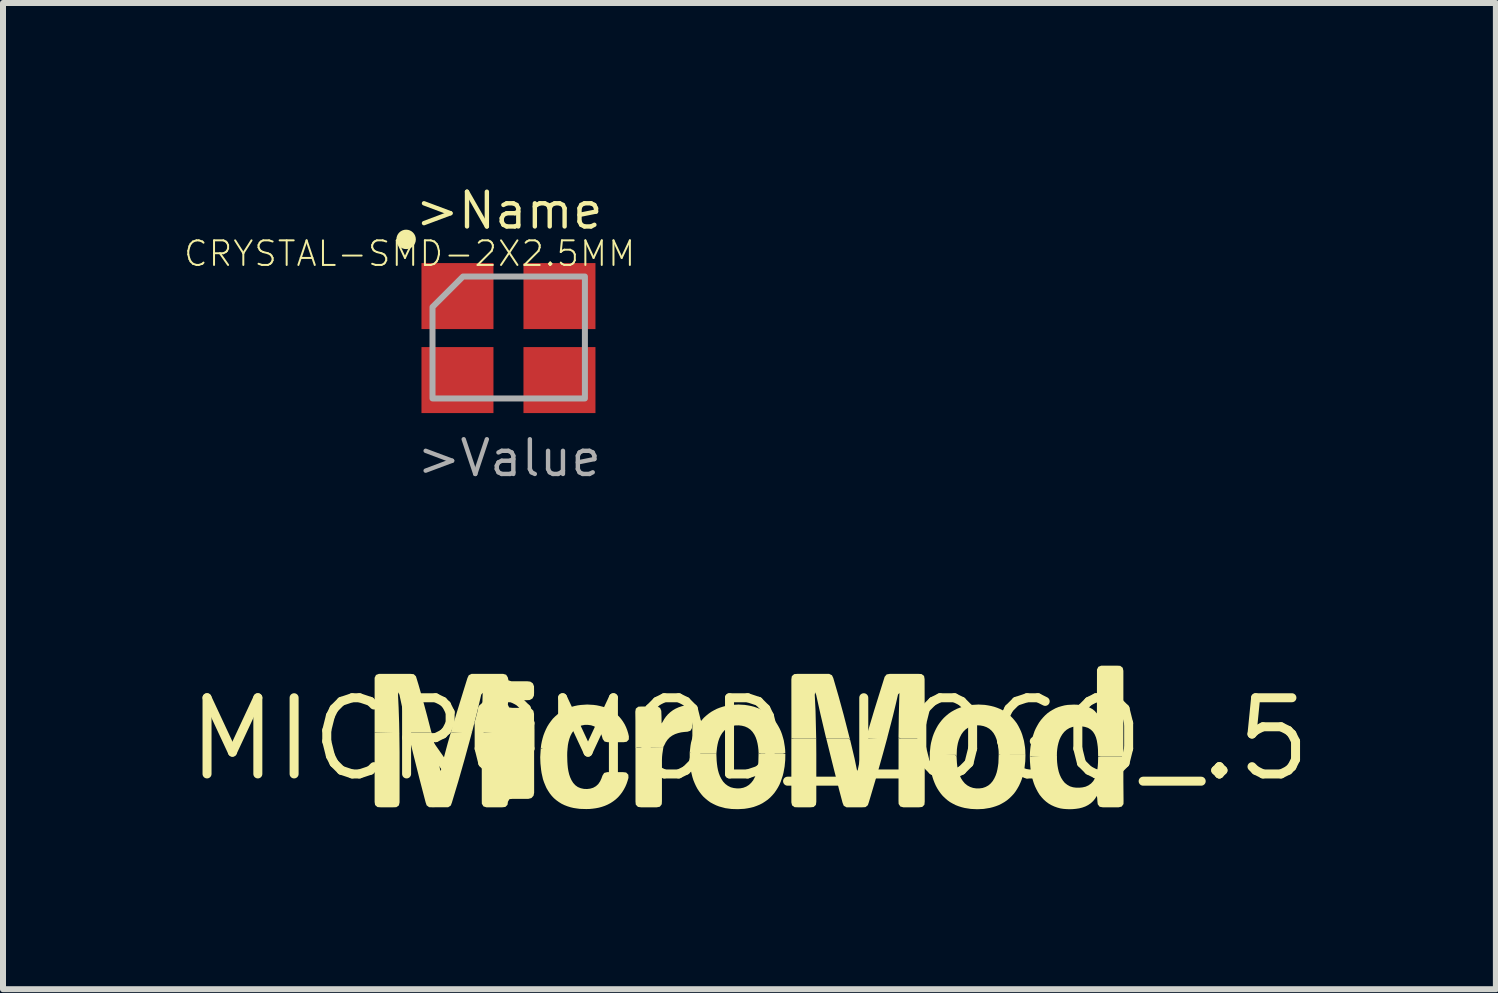
<source format=kicad_pcb>
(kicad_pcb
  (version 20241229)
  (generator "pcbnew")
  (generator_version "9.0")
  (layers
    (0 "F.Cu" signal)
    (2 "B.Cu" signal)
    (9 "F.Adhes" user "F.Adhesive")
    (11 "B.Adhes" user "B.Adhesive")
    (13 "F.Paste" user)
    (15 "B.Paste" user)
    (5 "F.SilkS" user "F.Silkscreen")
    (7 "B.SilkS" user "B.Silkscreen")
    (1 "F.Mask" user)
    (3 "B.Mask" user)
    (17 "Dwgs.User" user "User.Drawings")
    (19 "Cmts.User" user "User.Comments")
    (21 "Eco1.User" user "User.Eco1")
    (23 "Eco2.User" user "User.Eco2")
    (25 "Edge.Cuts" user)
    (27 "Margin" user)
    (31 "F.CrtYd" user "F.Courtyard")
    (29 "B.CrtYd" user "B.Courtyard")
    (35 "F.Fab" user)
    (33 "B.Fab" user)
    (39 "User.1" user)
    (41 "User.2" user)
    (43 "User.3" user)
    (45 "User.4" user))
  (footprint "CRYSTAL-SMD-2X2.5MM"
    (layer "F.Cu")
    (at 5.429 2.575)
    (property "Reference" "CRYSTAL-SMD-2X2.5MM" (at -1.651 -1.397 180) (layer "F.SilkS") (effects (font (size 0.41 0.41) (thickness 0.033))))
    (attr through_hole)
    (fp_circle (center -1.71 -1.635) (end -1.629 -1.635) (stroke (width 0.162) (type solid)) (fill no) (layer "F.SilkS"))
    (fp_poly (pts (xy -1.27 1.016) (xy 1.27 1.016) (xy 1.27 -1.016) (xy -0.762 -1.016) (xy -1.27 -0.508)) (stroke (width 0.1) (type solid)) (fill no) (layer "F.Fab"))
    (fp_text user ">Name" (at 0.008 -1.776 0) (layer "F.SilkS") (effects (font (size 0.579 0.579) (thickness 0.073)) (justify bottom)))
    (fp_text user ">Value" (at 0.008 1.672 0) (layer "F.Fab") (effects (font (size 0.579 0.579) (thickness 0.073)) (justify top)))
    (pad "P1" smd rect (at 0.846 -0.69) (size 1.2 1.1) (layers "F.Cu" "F.Mask" "F.Paste"))
    (pad "P2" smd rect (at -0.854 -0.69) (size 1.2 1.1) (layers "F.Cu" "F.Mask" "F.Paste"))
    (pad "P3" smd rect (at -0.854 0.71) (size 1.2 1.1) (layers "F.Cu" "F.Mask" "F.Paste"))
    (pad "P4" smd rect (at 0.846 0.71) (size 1.2 1.1) (layers "F.Cu" "F.Mask" "F.Paste")))
  (footprint "MICROMOD_LOGO_.5"
    (layer "F.Cu")
    (at 9.442 9.27)
    (property "Reference" "MICROMOD_LOGO_.5" (at 0 0 0) (layer "F.SilkS") (effects (font (size 1.27 1.27) (thickness 0.15))))
    (attr through_hole)
    (fp_poly (pts (xy 2.921 -0.013) (xy 2.499 -0.013) (xy 2.485 -0.026) (xy 2.484 1.027) (xy 2.486 1.08) (xy 2.515 1.123) (xy 2.564 1.136) (xy 2.828 1.136) (xy 2.88 1.13) (xy 2.916 1.093) (xy 2.921 1.041)) (stroke (width 0) (type solid)) (fill yes) (layer "F.SilkS"))
    (fp_poly (pts (xy -6.248 -0.11) (xy -6.248 1.047) (xy -6.24 1.098) (xy -6.201 1.132) (xy -6.149 1.136) (xy -5.939 1.136) (xy -5.887 1.134) (xy -5.844 1.105) (xy -5.832 1.055) (xy -5.832 0.214) (xy -5.836 -0.102) (xy -5.88 -0.11)) (stroke (width 0) (type solid)) (fill yes) (layer "F.SilkS"))
    (fp_poly (pts (xy 1.112 -0.013) (xy 0.742 -0.013) (xy 0.698 -0.004) (xy 0.698 1.054) (xy 0.71 1.104) (xy 0.752 1.134) (xy 0.805 1.136) (xy 1.017 1.136) (xy 1.069 1.131) (xy 1.107 1.096) (xy 1.114 1.045) (xy 1.114 0.251)) (stroke (width 0) (type solid)) (fill yes) (layer "F.SilkS"))
    (fp_poly (pts (xy -1.435 0.133) (xy -1.853 0.142) (xy -1.9 0.147) (xy -1.9 1.041) (xy -1.895 1.092) (xy -1.859 1.129) (xy -1.808 1.136) (xy -1.545 1.136) (xy -1.494 1.126) (xy -1.462 1.085) (xy -1.459 1.033) (xy -1.459 0.35) (xy -1.457 0.297) (xy -1.452 0.245) (xy -1.444 0.193)) (stroke (width 0) (type solid)) (fill yes) (layer "F.SilkS"))
    (fp_poly (pts (xy -3.59 -0.164) (xy -4.433 -0.11) (xy -4.46 -0.084) (xy -4.462 0.233) (xy -4.462 1.024) (xy -4.461 1.076) (xy -4.434 1.121) (xy -4.385 1.136) (xy -4.121 1.136) (xy -4.069 1.13) (xy -4.033 1.094) (xy -4.026 1.043) (xy -4.001 1) (xy -3.949 0.995) (xy -3.685 0.995) (xy -3.635 0.982) (xy -3.599 0.943) (xy -3.589 0.892)) (stroke (width 0) (type solid)) (fill yes) (layer "F.SilkS"))
    (fp_poly (pts (xy 1.278 -0.013) (xy 1.65 -0.013) (xy 1.677 0.011) (xy 1.57 -0.405) (xy 1.486 -0.712) (xy 1.397 -1.018) (xy 1.375 -1.065) (xy 1.328 -1.088) (xy 0.798 -1.088) (xy 0.745 -1.084) (xy 0.706 -1.05) (xy 0.698 -0.998) (xy 0.699 -0.006) (xy 0.721 -0.013) (xy 1.093 -0.013) (xy 1.112 -0.011) (xy 1.101 -0.472) (xy 1.088 -0.737) (xy 1.094 -0.781) (xy 1.112 -0.737) (xy 1.181 -0.426)) (stroke (width 0) (type solid)) (fill yes) (layer "F.SilkS"))
    (fp_poly (pts (xy 2.816 -1.088) (xy 2.338 -1.088) (xy 2.286 -1.079) (xy 2.253 -1.039) (xy 2.079 -0.481) (xy 1.942 -0.023) (xy 1.983 -0.013) (xy 2.249 -0.013) (xy 2.296 -0.022) (xy 2.39 -0.382) (xy 2.44 -0.589) (xy 2.476 -0.744) (xy 2.499 -0.77) (xy 2.489 -0.398) (xy 2.484 -0.026) (xy 2.525 -0.013) (xy 2.897 -0.013) (xy 2.921 -0.011) (xy 2.919 -1.001) (xy 2.91 -1.053) (xy 2.869 -1.085)) (stroke (width 0) (type solid)) (fill yes) (layer "F.SilkS"))
    (fp_poly (pts (xy -6.177 -1.088) (xy -6.225 -1.07) (xy -6.248 -1.023) (xy -6.248 -0.112) (xy -6.211 -0.11) (xy -5.836 -0.1) (xy -5.837 -0.157) (xy -5.839 -0.263) (xy -5.848 -0.527) (xy -5.858 -0.738) (xy -5.851 -0.781) (xy -5.834 -0.738) (xy -5.778 -0.48) (xy -5.694 -0.12) (xy -5.648 -0.11) (xy -5.331 -0.11) (xy -5.3 -0.107) (xy -5.372 -0.387) (xy -5.441 -0.642) (xy -5.513 -0.896) (xy -5.559 -1.047) (xy -5.596 -1.083) (xy -5.649 -1.088)) (stroke (width 0) (type solid)) (fill yes) (layer "F.SilkS"))
    (fp_poly (pts (xy 2.298 -0.026) (xy 1.977 -0.013) (xy 1.944 -0.026) (xy 1.893 0.154) (xy 1.852 0.307) (xy 1.827 0.409) (xy 1.805 0.512) (xy 1.794 0.527) (xy 1.751 0.32) (xy 1.678 0.013) (xy 1.645 -0.013) (xy 1.329 -0.013) (xy 1.28 -0.01) (xy 1.407 0.501) (xy 1.498 0.858) (xy 1.552 1.062) (xy 1.572 1.111) (xy 1.617 1.136) (xy 1.88 1.136) (xy 1.933 1.133) (xy 1.973 1.101) (xy 1.99 1.051) (xy 2.02 0.95) (xy 2.125 0.596) (xy 2.225 0.241)) (stroke (width 0) (type solid)) (fill yes) (layer "F.SilkS"))
    (fp_poly (pts (xy -5.3 -0.11) (xy -5.671 -0.11) (xy -5.693 -0.118) (xy -5.608 0.231) (xy -5.505 0.642) (xy -5.398 1.053) (xy -5.381 1.103) (xy -5.34 1.134) (xy -5.287 1.136) (xy -5.022 1.135) (xy -4.979 1.107) (xy -4.96 1.058) (xy -4.853 0.702) (xy -4.751 0.345) (xy -4.639 -0.064) (xy -4.622 -0.128) (xy -4.95 -0.11) (xy -4.977 -0.113) (xy -5.029 0.066) (xy -5.084 0.271) (xy -5.122 0.425) (xy -5.144 0.529) (xy -5.156 0.509) (xy -5.177 0.405) (xy -5.223 0.199) (xy -5.286 -0.059)) (stroke (width 0) (type solid)) (fill yes) (layer "F.SilkS"))
    (fp_poly (pts (xy -1.027 -0.567) (xy -1.08 -0.56) (xy -1.131 -0.548) (xy -1.181 -0.531) (xy -1.23 -0.509) (xy -1.275 -0.483) (xy -1.318 -0.451) (xy -1.357 -0.416) (xy -1.392 -0.376) (xy -1.422 -0.333) (xy -1.448 -0.287) (xy -1.465 -0.262) (xy -1.466 -0.367) (xy -1.47 -0.473) (xy -1.49 -0.521) (xy -1.536 -0.544) (xy -1.801 -0.544) (xy -1.853 -0.541) (xy -1.894 -0.509) (xy -1.903 -0.458) (xy -1.901 -0.3) (xy -1.901 0.148) (xy -1.865 0.141) (xy -1.442 0.141) (xy -1.419 0.1) (xy -1.396 0.053) (xy -1.366 0.009) (xy -1.33 -0.029) (xy -1.287 -0.06) (xy -1.24 -0.084) (xy -1.19 -0.101) (xy -1.139 -0.113) (xy -1.086 -0.12) (xy -1.033 -0.124) (xy -0.984 -0.14) (xy -0.958 -0.184) (xy -0.957 -0.502) (xy -0.98 -0.548)) (stroke (width 0) (type solid)) (fill yes) (layer "F.SilkS"))
    (fp_poly (pts (xy -4.978 -0.11) (xy -4.662 -0.11) (xy -4.622 -0.127) (xy -4.531 -0.485) (xy -4.471 -0.742) (xy -4.447 -0.773) (xy -4.456 -0.457) (xy -4.46 -0.082) (xy -4.439 -0.11) (xy -3.595 -0.11) (xy -3.591 -0.159) (xy -3.591 -0.422) (xy -3.602 -0.473) (xy -3.639 -0.51) (xy -3.69 -0.522) (xy -3.954 -0.522) (xy -4.005 -0.528) (xy -4.027 -0.572) (xy -4.023 -0.625) (xy -3.98 -0.649) (xy -3.716 -0.649) (xy -3.664 -0.652) (xy -3.618 -0.677) (xy -3.593 -0.723) (xy -3.59 -0.775) (xy -3.591 -0.881) (xy -3.61 -0.929) (xy -3.653 -0.959) (xy -3.705 -0.965) (xy -3.968 -0.965) (xy -4.017 -0.98) (xy -4.028 -1.03) (xy -4.056 -1.074) (xy -4.105 -1.088) (xy -4.633 -1.088) (xy -4.679 -1.065) (xy -4.701 -1.018) (xy -4.764 -0.816) (xy -4.888 -0.413)) (stroke (width 0) (type solid)) (fill yes) (layer "F.SilkS"))
    (fp_poly (pts (xy -2.705 -0.577) (xy -2.811 -0.57) (xy -2.864 -0.563) (xy -2.916 -0.552) (xy -2.967 -0.538) (xy -3.017 -0.52) (xy -3.066 -0.499) (xy -3.113 -0.474) (xy -3.158 -0.446) (xy -3.2 -0.413) (xy -3.24 -0.378) (xy -3.277 -0.341) (xy -3.31 -0.299) (xy -3.341 -0.256) (xy -3.369 -0.211) (xy -3.393 -0.163) (xy -3.414 -0.115) (xy -3.433 -0.065) (xy -3.448 -0.014) (xy -3.461 0.038) (xy -3.471 0.09) (xy -3.478 0.143) (xy -3.449 0.164) (xy -3.077 0.164) (xy -3.033 0.154) (xy -3.027 0.101) (xy -3.017 0.049) (xy -3.003 -0.003) (xy -2.985 -0.053) (xy -2.961 -0.1) (xy -2.93 -0.143) (xy -2.892 -0.181) (xy -2.848 -0.209) (xy -2.798 -0.228) (xy -2.746 -0.238) (xy -2.693 -0.238) (xy -2.64 -0.231) (xy -2.59 -0.214) (xy -2.545 -0.185) (xy -2.508 -0.147) (xy -2.48 -0.102) (xy -2.46 -0.053) (xy -2.446 -0.002) (xy -2.415 0.04) (xy -2.364 0.051) (xy -2.098 0.051) (xy -2.046 0.043) (xy -2.011 0.005) (xy -2.01 -0.047) (xy -2.022 -0.099) (xy -2.038 -0.15) (xy -2.057 -0.199) (xy -2.08 -0.247) (xy -2.108 -0.293) (xy -2.139 -0.336) (xy -2.173 -0.376) (xy -2.212 -0.413) (xy -2.253 -0.446) (xy -2.297 -0.476) (xy -2.344 -0.501) (xy -2.392 -0.523) (xy -2.443 -0.54) (xy -2.494 -0.553) (xy -2.546 -0.564) (xy -2.599 -0.571)) (stroke (width 0) (type solid)) (fill yes) (layer "F.SilkS"))
    (fp_poly (pts (xy -3.033 0.153) (xy -3.458 0.164) (xy -3.478 0.144) (xy -3.488 0.3) (xy -3.484 0.406) (xy -3.473 0.511) (xy -3.465 0.564) (xy -3.442 0.667) (xy -3.425 0.717) (xy -3.405 0.766) (xy -3.384 0.814) (xy -3.357 0.86) (xy -3.328 0.904) (xy -3.295 0.946) (xy -3.259 0.984) (xy -3.219 1.018) (xy -3.176 1.049) (xy -3.131 1.077) (xy -3.083 1.1) (xy -3.034 1.119) (xy -2.983 1.135) (xy -2.932 1.147) (xy -2.879 1.155) (xy -2.827 1.162) (xy -2.721 1.165) (xy -2.668 1.164) (xy -2.616 1.159) (xy -2.563 1.152) (xy -2.511 1.142) (xy -2.46 1.128) (xy -2.41 1.111) (xy -2.362 1.09) (xy -2.315 1.065) (xy -2.271 1.036) (xy -2.229 1.004) (xy -2.19 0.968) (xy -2.155 0.928) (xy -2.123 0.886) (xy -2.095 0.841) (xy -2.07 0.794) (xy -2.049 0.746) (xy -2.032 0.696) (xy -2.017 0.645) (xy -2.019 0.593) (xy -2.055 0.556) (xy -2.107 0.55) (xy -2.372 0.55) (xy -2.422 0.563) (xy -2.45 0.607) (xy -2.468 0.657) (xy -2.49 0.704) (xy -2.52 0.748) (xy -2.559 0.784) (xy -2.605 0.81) (xy -2.655 0.825) (xy -2.708 0.831) (xy -2.761 0.829) (xy -2.812 0.818) (xy -2.861 0.798) (xy -2.904 0.767) (xy -2.939 0.728) (xy -2.967 0.683) (xy -2.989 0.635) (xy -3.006 0.585) (xy -3.018 0.533) (xy -3.027 0.481) (xy -3.033 0.428) (xy -3.037 0.376) (xy -3.04 0.27) (xy -3.039 0.217)) (stroke (width 0) (type solid)) (fill yes) (layer "F.SilkS"))
    (fp_poly (pts (xy 5.863 -1.225) (xy 5.815 -1.206) (xy 5.792 -1.16) (xy 5.791 -0.472) (xy 5.789 -0.428) (xy 5.756 -0.469) (xy 5.715 -0.502) (xy 5.668 -0.527) (xy 5.619 -0.546) (xy 5.568 -0.56) (xy 5.516 -0.569) (xy 5.463 -0.574) (xy 5.41 -0.576) (xy 5.305 -0.571) (xy 5.252 -0.563) (xy 5.201 -0.55) (xy 5.15 -0.535) (xy 5.101 -0.515) (xy 5.055 -0.49) (xy 5.01 -0.463) (xy 4.967 -0.432) (xy 4.927 -0.396) (xy 4.891 -0.358) (xy 4.857 -0.318) (xy 4.826 -0.275) (xy 4.799 -0.229) (xy 4.774 -0.183) (xy 4.752 -0.135) (xy 4.718 -0.035) (xy 4.704 0.017) (xy 4.694 0.068) (xy 4.685 0.12) (xy 4.679 0.173) (xy 4.675 0.226) (xy 4.673 0.279) (xy 4.717 0.288) (xy 5.087 0.288) (xy 5.124 0.271) (xy 5.125 0.218) (xy 5.13 0.165) (xy 5.138 0.113) (xy 5.15 0.062) (xy 5.166 0.011) (xy 5.188 -0.037) (xy 5.215 -0.082) (xy 5.248 -0.123) (xy 5.288 -0.158) (xy 5.333 -0.185) (xy 5.383 -0.203) (xy 5.435 -0.213) (xy 5.488 -0.216) (xy 5.541 -0.213) (xy 5.593 -0.204) (xy 5.643 -0.188) (xy 5.688 -0.16) (xy 5.726 -0.123) (xy 5.754 -0.079) (xy 5.775 -0.03) (xy 5.789 0.021) (xy 5.798 0.073) (xy 5.805 0.125) (xy 5.809 0.178) (xy 5.811 0.284) (xy 5.86 0.288) (xy 6.231 0.288) (xy 6.232 0.236) (xy 6.232 -1.14) (xy 6.221 -1.19) (xy 6.18 -1.222) (xy 6.127 -1.225)) (stroke (width 0) (type solid)) (fill yes) (layer "F.SilkS"))
    (fp_poly (pts (xy -0.184 -0.577) (xy -0.289 -0.571) (xy -0.341 -0.563) (xy -0.393 -0.555) (xy -0.444 -0.541) (xy -0.494 -0.525) (xy -0.543 -0.506) (xy -0.59 -0.482) (xy -0.636 -0.456) (xy -0.679 -0.426) (xy -0.72 -0.393) (xy -0.759 -0.358) (xy -0.794 -0.319) (xy -0.827 -0.277) (xy -0.857 -0.234) (xy -0.883 -0.189) (xy -0.907 -0.142) (xy -0.928 -0.094) (xy -0.946 -0.044) (xy -0.974 0.057) (xy -0.983 0.109) (xy -0.995 0.214) (xy -0.973 0.243) (xy -0.552 0.243) (xy -0.541 0.141) (xy -0.532 0.089) (xy -0.52 0.038) (xy -0.503 -0.012) (xy -0.481 -0.059) (xy -0.453 -0.104) (xy -0.419 -0.144) (xy -0.379 -0.178) (xy -0.333 -0.204) (xy -0.284 -0.221) (xy -0.232 -0.229) (xy -0.179 -0.23) (xy -0.127 -0.224) (xy -0.076 -0.211) (xy -0.028 -0.189) (xy 0.015 -0.159) (xy 0.051 -0.121) (xy 0.081 -0.077) (xy 0.104 -0.03) (xy 0.121 0.019) (xy 0.134 0.07) (xy 0.143 0.122) (xy 0.149 0.175) (xy 0.152 0.227) (xy 0.188 0.243) (xy 0.557 0.243) (xy 0.597 0.231) (xy 0.595 0.179) (xy 0.589 0.126) (xy 0.572 0.022) (xy 0.558 -0.028) (xy 0.543 -0.079) (xy 0.525 -0.128) (xy 0.503 -0.176) (xy 0.478 -0.222) (xy 0.451 -0.267) (xy 0.419 -0.31) (xy 0.385 -0.349) (xy 0.348 -0.387) (xy 0.308 -0.421) (xy 0.266 -0.452) (xy 0.221 -0.479) (xy 0.174 -0.504) (xy 0.125 -0.523) (xy 0.076 -0.54) (xy 0.025 -0.553) (xy -0.027 -0.563) (xy -0.079 -0.571)) (stroke (width 0) (type solid)) (fill yes) (layer "F.SilkS"))
    (fp_poly (pts (xy 0.598 0.243) (xy 0.173 0.243) (xy 0.152 0.225) (xy 0.148 0.382) (xy 0.143 0.434) (xy 0.135 0.487) (xy 0.123 0.539) (xy 0.108 0.589) (xy 0.087 0.638) (xy 0.062 0.685) (xy 0.029 0.727) (xy -0.009 0.763) (xy -0.054 0.791) (xy -0.103 0.81) (xy -0.155 0.82) (xy -0.208 0.821) (xy -0.261 0.815) (xy -0.312 0.802) (xy -0.36 0.778) (xy -0.402 0.747) (xy -0.439 0.708) (xy -0.468 0.664) (xy -0.492 0.617) (xy -0.511 0.567) (xy -0.525 0.516) (xy -0.535 0.464) (xy -0.542 0.411) (xy -0.547 0.358) (xy -0.552 0.24) (xy -0.593 0.243) (xy -0.965 0.243) (xy -0.996 0.214) (xy -0.996 0.371) (xy -0.984 0.476) (xy -0.976 0.529) (xy -0.951 0.632) (xy -0.935 0.683) (xy -0.915 0.732) (xy -0.893 0.78) (xy -0.868 0.827) (xy -0.839 0.871) (xy -0.807 0.914) (xy -0.773 0.954) (xy -0.734 0.99) (xy -0.693 1.024) (xy -0.65 1.055) (xy -0.603 1.08) (xy -0.555 1.103) (xy -0.506 1.122) (xy -0.403 1.15) (xy -0.298 1.164) (xy -0.192 1.167) (xy -0.086 1.161) (xy -0.034 1.153) (xy 0.018 1.143) (xy 0.07 1.13) (xy 0.12 1.112) (xy 0.169 1.092) (xy 0.216 1.068) (xy 0.261 1.039) (xy 0.304 1.009) (xy 0.344 0.974) (xy 0.381 0.936) (xy 0.416 0.895) (xy 0.446 0.852) (xy 0.474 0.807) (xy 0.499 0.76) (xy 0.52 0.711) (xy 0.554 0.611) (xy 0.567 0.559) (xy 0.586 0.455) (xy 0.596 0.349)) (stroke (width 0) (type solid)) (fill yes) (layer "F.SilkS"))
    (fp_poly (pts (xy 6.232 0.288) (xy 5.861 0.288) (xy 5.812 0.291) (xy 5.809 0.397) (xy 5.805 0.45) (xy 5.799 0.502) (xy 5.79 0.554) (xy 5.776 0.606) (xy 5.756 0.655) (xy 5.73 0.7) (xy 5.694 0.739) (xy 5.651 0.77) (xy 5.603 0.792) (xy 5.551 0.804) (xy 5.499 0.809) (xy 5.446 0.809) (xy 5.393 0.802) (xy 5.343 0.787) (xy 5.297 0.761) (xy 5.255 0.728) (xy 5.222 0.687) (xy 5.194 0.642) (xy 5.172 0.594) (xy 5.155 0.544) (xy 5.143 0.492) (xy 5.134 0.44) (xy 5.128 0.387) (xy 5.125 0.334) (xy 5.125 0.267) (xy 4.694 0.288) (xy 4.673 0.281) (xy 4.675 0.373) (xy 4.683 0.479) (xy 4.699 0.584) (xy 4.71 0.635) (xy 4.724 0.687) (xy 4.74 0.737) (xy 4.759 0.786) (xy 4.782 0.834) (xy 4.807 0.881) (xy 4.835 0.926) (xy 4.868 0.967) (xy 4.904 1.006) (xy 4.944 1.042) (xy 4.986 1.073) (xy 5.032 1.1) (xy 5.08 1.122) (xy 5.13 1.14) (xy 5.181 1.154) (xy 5.233 1.162) (xy 5.286 1.166) (xy 5.339 1.168) (xy 5.392 1.166) (xy 5.444 1.161) (xy 5.497 1.153) (xy 5.548 1.14) (xy 5.598 1.122) (xy 5.645 1.098) (xy 5.689 1.068) (xy 5.728 1.032) (xy 5.761 0.991) (xy 5.789 0.946) (xy 5.796 0.981) (xy 5.799 1.034) (xy 5.805 1.086) (xy 5.837 1.127) (xy 5.888 1.136) (xy 6.153 1.136) (xy 6.204 1.124) (xy 6.234 1.082) (xy 6.235 1.029) (xy 6.232 0.712)) (stroke (width 0) (type solid)) (fill yes) (layer "F.SilkS"))
    (fp_poly (pts (xy 4.6 0.262) (xy 4.177 0.262) (xy 4.154 0.256) (xy 4.149 0.398) (xy 4.142 0.45) (xy 4.133 0.502) (xy 4.121 0.554) (xy 4.104 0.604) (xy 4.082 0.652) (xy 4.055 0.697) (xy 4.021 0.738) (xy 3.981 0.772) (xy 3.935 0.797) (xy 3.885 0.814) (xy 3.832 0.821) (xy 3.78 0.821) (xy 3.727 0.813) (xy 3.677 0.796) (xy 3.631 0.771) (xy 3.59 0.738) (xy 3.556 0.698) (xy 3.527 0.654) (xy 3.505 0.606) (xy 3.487 0.556) (xy 3.474 0.505) (xy 3.464 0.453) (xy 3.458 0.4) (xy 3.452 0.295) (xy 3.431 0.263) (xy 3.007 0.223) (xy 3.004 0.311) (xy 3.006 0.364) (xy 3.016 0.469) (xy 3.024 0.521) (xy 3.035 0.573) (xy 3.048 0.624) (xy 3.064 0.674) (xy 3.083 0.724) (xy 3.104 0.772) (xy 3.129 0.819) (xy 3.157 0.863) (xy 3.188 0.906) (xy 3.222 0.947) (xy 3.26 0.983) (xy 3.3 1.018) (xy 3.343 1.049) (xy 3.389 1.075) (xy 3.436 1.099) (xy 3.485 1.118) (xy 3.536 1.134) (xy 3.587 1.147) (xy 3.691 1.163) (xy 3.797 1.168) (xy 3.902 1.163) (xy 4.007 1.146) (xy 4.058 1.133) (xy 4.108 1.117) (xy 4.158 1.098) (xy 4.205 1.074) (xy 4.25 1.048) (xy 4.294 1.018) (xy 4.334 0.984) (xy 4.372 0.947) (xy 4.408 0.908) (xy 4.439 0.866) (xy 4.467 0.821) (xy 4.493 0.775) (xy 4.515 0.727) (xy 4.535 0.678) (xy 4.551 0.628) (xy 4.576 0.525) (xy 4.585 0.473) (xy 4.597 0.368)) (stroke (width 0) (type solid)) (fill yes) (layer "F.SilkS"))
    (fp_poly (pts (xy 3.817 -0.577) (xy 3.711 -0.571) (xy 3.659 -0.563) (xy 3.607 -0.554) (xy 3.556 -0.541) (xy 3.505 -0.524) (xy 3.456 -0.505) (xy 3.409 -0.481) (xy 3.363 -0.455) (xy 3.32 -0.425) (xy 3.279 -0.391) (xy 3.24 -0.355) (xy 3.205 -0.316) (xy 3.172 -0.274) (xy 3.142 -0.231) (xy 3.116 -0.185) (xy 3.092 -0.137) (xy 3.071 -0.089) (xy 3.053 -0.039) (xy 3.039 0.012) (xy 3.026 0.063) (xy 3.017 0.115) (xy 3.006 0.221) (xy 3.016 0.262) (xy 3.439 0.262) (xy 3.452 0.3) (xy 3.457 0.17) (xy 3.464 0.118) (xy 3.474 0.066) (xy 3.489 0.015) (xy 3.509 -0.034) (xy 3.533 -0.081) (xy 3.564 -0.124) (xy 3.601 -0.161) (xy 3.645 -0.192) (xy 3.693 -0.214) (xy 3.744 -0.226) (xy 3.797 -0.231) (xy 3.849 -0.228) (xy 3.901 -0.218) (xy 3.951 -0.2) (xy 3.997 -0.174) (xy 4.037 -0.139) (xy 4.07 -0.098) (xy 4.096 -0.052) (xy 4.116 -0.003) (xy 4.131 0.048) (xy 4.142 0.099) (xy 4.149 0.152) (xy 4.153 0.205) (xy 4.154 0.258) (xy 4.202 0.263) (xy 4.573 0.263) (xy 4.599 0.264) (xy 4.597 0.184) (xy 4.592 0.132) (xy 4.575 0.027) (xy 4.546 -0.075) (xy 4.528 -0.124) (xy 4.506 -0.172) (xy 4.482 -0.219) (xy 4.455 -0.265) (xy 4.423 -0.307) (xy 4.389 -0.347) (xy 4.352 -0.385) (xy 4.312 -0.42) (xy 4.269 -0.451) (xy 4.224 -0.479) (xy 4.177 -0.503) (xy 4.128 -0.523) (xy 4.078 -0.54) (xy 4.027 -0.553) (xy 3.975 -0.563) (xy 3.923 -0.571)) (stroke (width 0) (type solid)) (fill yes) (layer "F.SilkS")))
  (gr_rect
    (start -3 -3)
    (end 21.883 13.438)
    (stroke (width 0.1) (type default))
    (fill no)
    (layer "Edge.Cuts")))
</source>
